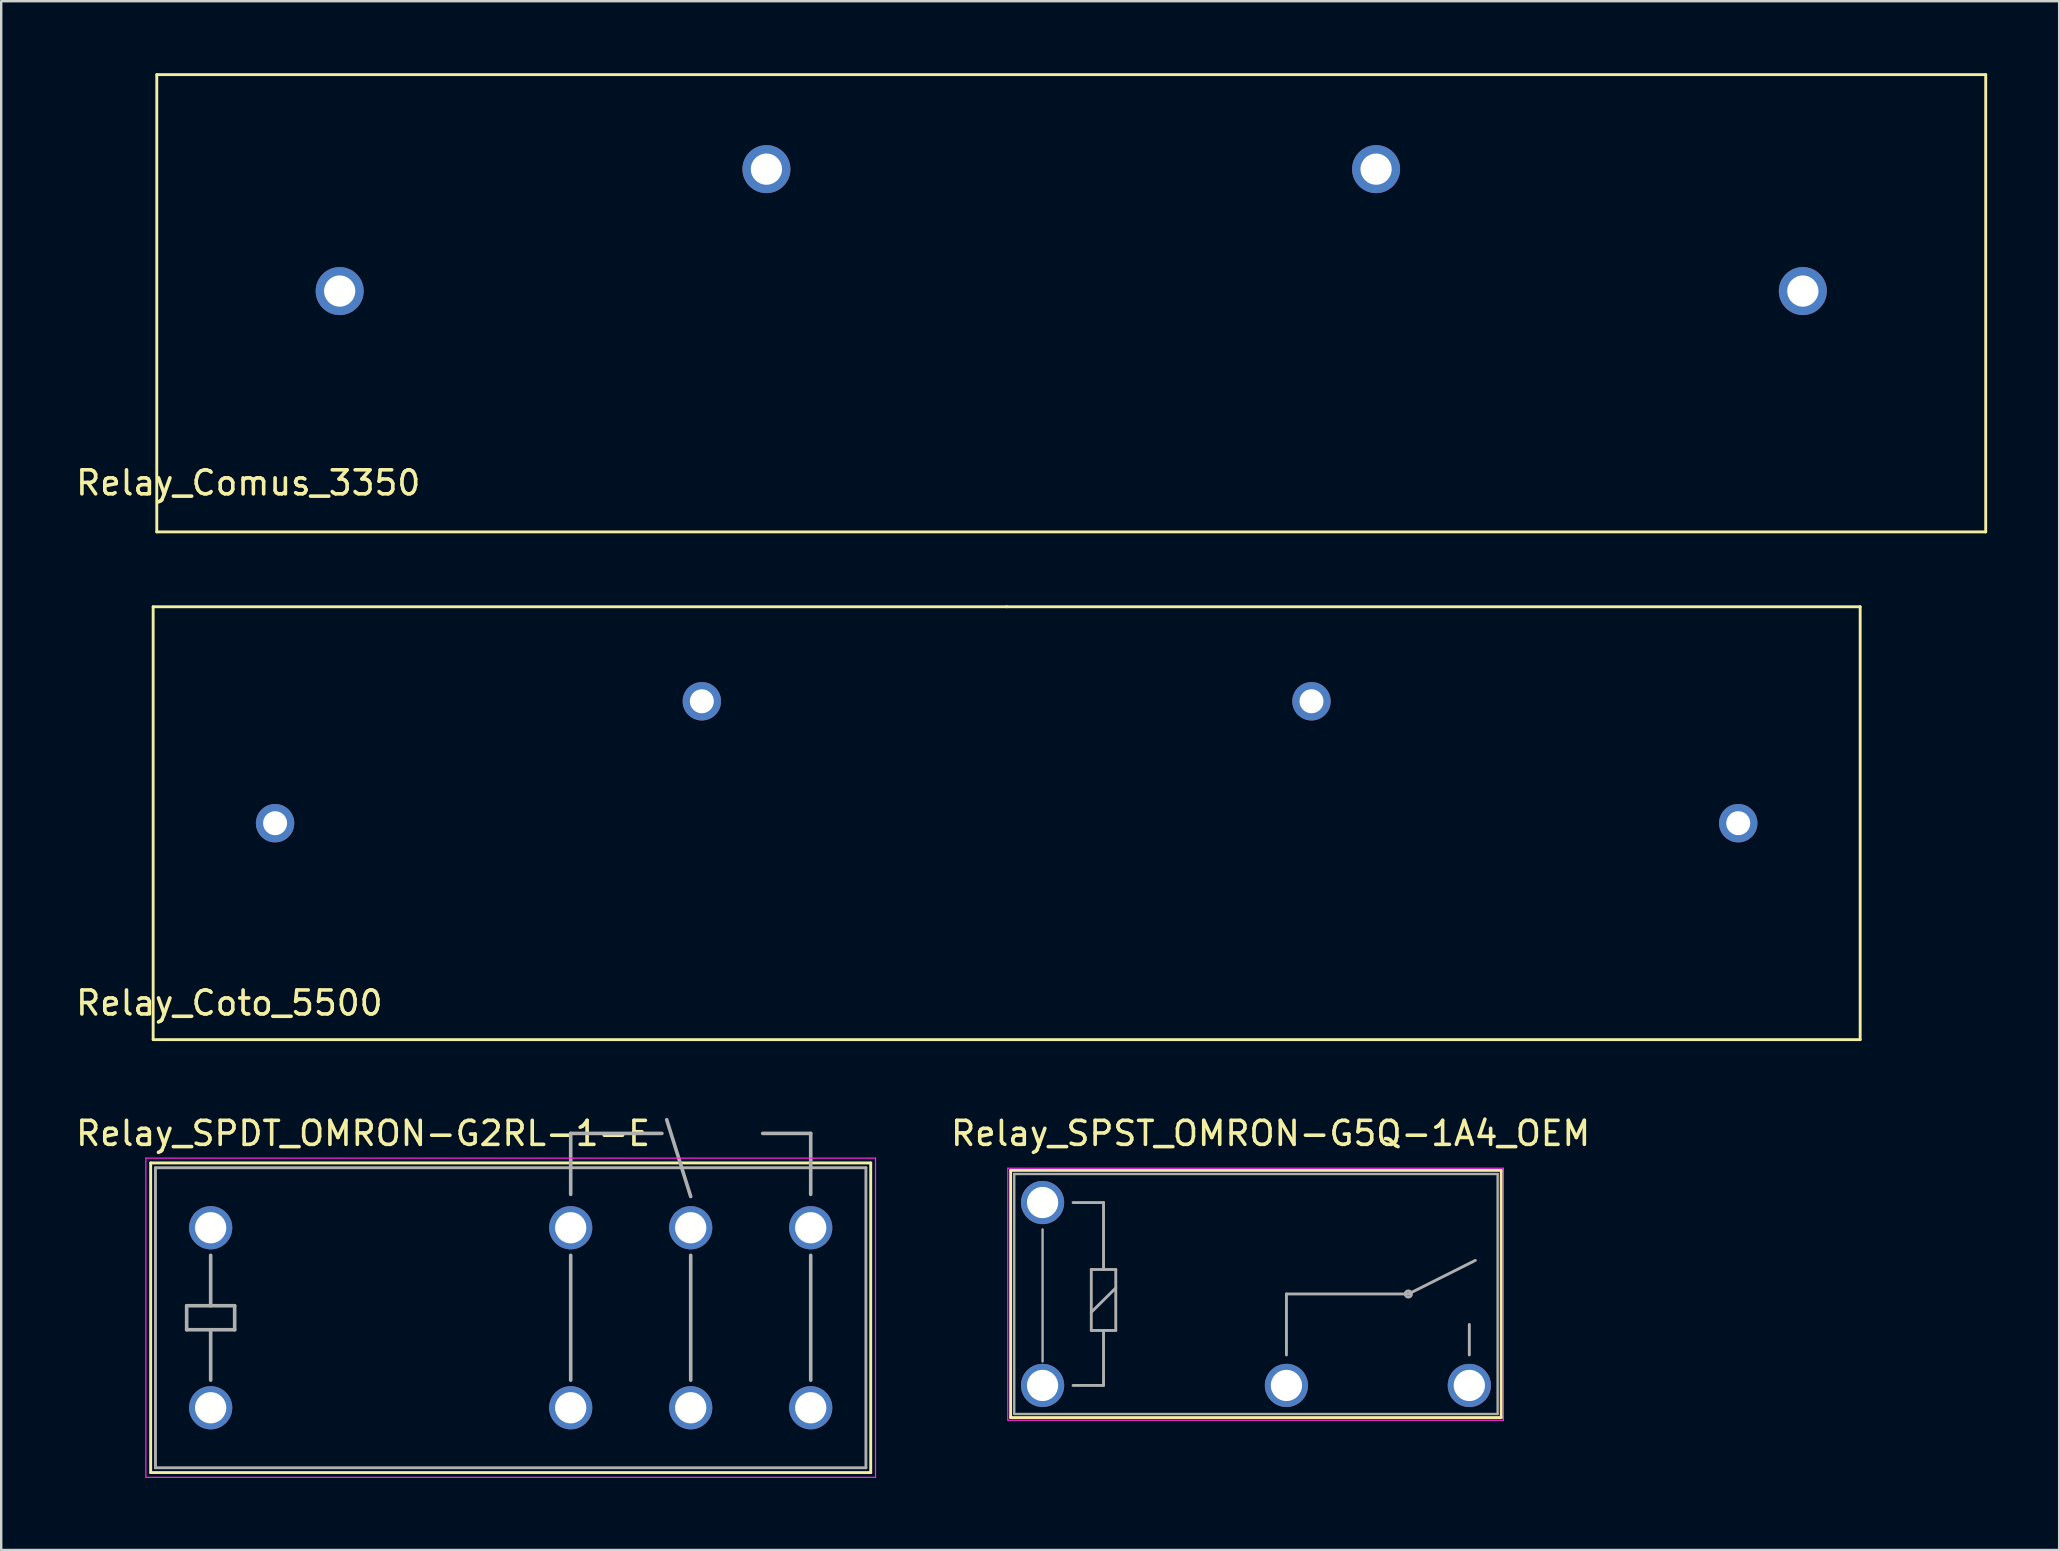
<source format=kicad_pcb>
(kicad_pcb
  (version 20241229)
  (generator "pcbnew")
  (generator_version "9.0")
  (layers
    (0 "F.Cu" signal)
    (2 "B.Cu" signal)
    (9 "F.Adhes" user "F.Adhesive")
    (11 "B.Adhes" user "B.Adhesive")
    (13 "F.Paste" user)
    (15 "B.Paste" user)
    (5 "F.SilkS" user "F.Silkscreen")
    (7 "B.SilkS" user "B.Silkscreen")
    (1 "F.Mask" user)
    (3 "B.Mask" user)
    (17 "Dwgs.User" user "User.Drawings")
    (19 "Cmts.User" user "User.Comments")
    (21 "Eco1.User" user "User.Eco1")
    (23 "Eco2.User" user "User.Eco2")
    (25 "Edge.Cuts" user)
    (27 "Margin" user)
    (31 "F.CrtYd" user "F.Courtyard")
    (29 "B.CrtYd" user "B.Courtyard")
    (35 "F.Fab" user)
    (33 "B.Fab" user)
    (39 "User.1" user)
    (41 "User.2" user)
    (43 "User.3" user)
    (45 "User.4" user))
  (footprint "Relay_SPDT_OMRON-G2RL-1-E"
    (layer "F.Cu")
    (at 5.727 55.602)
    (property "Reference" "Relay_SPDT_OMRON-G2RL-1-E" (at 6.35 -11.43 0) (layer "F.SilkS") (effects (font (size 1 1) (thickness 0.15))))
    (attr through_hole)
    (fp_line (start -2.5 -10.2) (end -2.5 2.7) (stroke (width 0.12) (type solid)) (layer "F.SilkS"))
    (fp_line (start -2.5 -10.2) (end 27.5 -10.2) (stroke (width 0.12) (type solid)) (layer "F.SilkS"))
    (fp_line (start -2.5 2.7) (end 27.5 2.7) (stroke (width 0.12) (type solid)) (layer "F.SilkS"))
    (fp_line (start 27.5 -10.2) (end 27.5 2.7) (stroke (width 0.12) (type solid)) (layer "F.SilkS"))
    (fp_line (start -2.7 -10.4) (end -2.7 2.9) (stroke (width 0.05) (type solid)) (layer "F.CrtYd"))
    (fp_line (start -2.7 -10.4) (end 27.7 -10.4) (stroke (width 0.05) (type solid)) (layer "F.CrtYd"))
    (fp_line (start -2.7 2.9) (end 27.7 2.9) (stroke (width 0.05) (type solid)) (layer "F.CrtYd"))
    (fp_line (start 27.7 -10.4) (end 27.7 2.9) (stroke (width 0.05) (type solid)) (layer "F.CrtYd"))
    (fp_line (start -2.3 -10) (end -2.3 2.5) (stroke (width 0.12) (type solid)) (layer "F.Fab"))
    (fp_line (start -2.3 -10) (end 27.3 -10) (stroke (width 0.12) (type solid)) (layer "F.Fab"))
    (fp_line (start -2.3 2.5) (end 27.3 2.5) (stroke (width 0.12) (type solid)) (layer "F.Fab"))
    (fp_line (start -1 -4.25) (end -1 -3.25) (stroke (width 0.15) (type solid)) (layer "F.Fab"))
    (fp_line (start -1 -4.25) (end 1 -4.25) (stroke (width 0.15) (type solid)) (layer "F.Fab"))
    (fp_line (start -1 -3.25) (end 1 -3.25) (stroke (width 0.15) (type solid)) (layer "F.Fab"))
    (fp_line (start 0 -6.35) (end 0 -4.25) (stroke (width 0.15) (type solid)) (layer "F.Fab"))
    (fp_line (start 0 -3.25) (end 0 -1.15) (stroke (width 0.15) (type solid)) (layer "F.Fab"))
    (fp_line (start 1 -4.25) (end 1 -3.25) (stroke (width 0.15) (type solid)) (layer "F.Fab"))
    (fp_line (start 15 -11.43) (end 18.8 -11.43) (stroke (width 0.15) (type solid)) (layer "F.Fab"))
    (fp_line (start 15 -8.89) (end 15 -11.43) (stroke (width 0.15) (type solid)) (layer "F.Fab"))
    (fp_line (start 15 -6.35) (end 15 -1.15) (stroke (width 0.15) (type solid)) (layer "F.Fab"))
    (fp_line (start 20 -8.8) (end 19 -12) (stroke (width 0.15) (type solid)) (layer "F.Fab"))
    (fp_line (start 20 -6.35) (end 20 -1.15) (stroke (width 0.15) (type solid)) (layer "F.Fab"))
    (fp_line (start 23 -11.43) (end 25 -11.43) (stroke (width 0.15) (type solid)) (layer "F.Fab"))
    (fp_line (start 25 -8.89) (end 25 -11.43) (stroke (width 0.15) (type solid)) (layer "F.Fab"))
    (fp_line (start 25 -6.35) (end 25 -1.15) (stroke (width 0.15) (type solid)) (layer "F.Fab"))
    (fp_line (start 27.3 2.5) (end 27.3 -10) (stroke (width 0.12) (type solid)) (layer "F.Fab"))
    (pad "1" thru_hole circle (at 0 -7.5) (size 1.8 1.8) (drill 1.3) (layers "*.Cu" "*.Mask"))
    (pad "2" thru_hole circle (at 15 -7.5) (size 1.8 1.8) (drill 1.3) (layers "*.Cu" "*.Mask"))
    (pad "3" thru_hole circle (at 20 -7.5) (size 1.8 1.8) (drill 1.3) (layers "*.Cu" "*.Mask"))
    (pad "4" thru_hole circle (at 25 -7.5) (size 1.8 1.8) (drill 1.3) (layers "*.Cu" "*.Mask"))
    (pad "5" thru_hole circle (at 25 0) (size 1.8 1.8) (drill 1.3) (layers "*.Cu" "*.Mask"))
    (pad "6" thru_hole circle (at 20 0) (size 1.8 1.8) (drill 1.3) (layers "*.Cu" "*.Mask"))
    (pad "7" thru_hole circle (at 15 0) (size 1.8 1.8) (drill 1.3) (layers "*.Cu" "*.Mask"))
    (pad "8" thru_hole circle (at 0 0) (size 1.8 1.8) (drill 1.3) (layers "*.Cu" "*.Mask")))
  (footprint "Relay_Coto_5500"
    (layer "F.Cu")
    (at 4.601 38.74)
    (property "Reference" "Relay_Coto_5500" (at 1.905 0 0) (layer "F.SilkS") (effects (font (size 1 1) (thickness 0.15))))
    (attr through_hole)
    (fp_line (start -1.27 -16.51) (end -1.27 1.524) (stroke (width 0.12) (type solid)) (layer "F.SilkS"))
    (fp_line (start -1.27 1.524) (end 69.85 1.524) (stroke (width 0.12) (type solid)) (layer "F.SilkS"))
    (fp_line (start 34.29 -16.51) (end -1.27 -16.51) (stroke (width 0.12) (type solid)) (layer "F.SilkS"))
    (fp_line (start 69.85 -16.51) (end 34.29 -16.51) (stroke (width 0.12) (type solid)) (layer "F.SilkS"))
    (fp_line (start 69.85 1.524) (end 69.85 -16.51) (stroke (width 0.12) (type solid)) (layer "F.SilkS"))
    (pad "1" thru_hole circle (at 64.77 -7.493) (size 1.6 1.6) (drill 1) (layers "*.Cu" "*.Mask"))
    (pad "2" thru_hole circle (at 46.99 -12.573) (size 1.6 1.6) (drill 1) (layers "*.Cu" "*.Mask"))
    (pad "3" thru_hole circle (at 21.59 -12.573) (size 1.6 1.6) (drill 1) (layers "*.Cu" "*.Mask"))
    (pad "4" thru_hole circle (at 3.81 -7.493) (size 1.6 1.6) (drill 1) (layers "*.Cu" "*.Mask")))
  (footprint "Relay_SPST_OMRON-G5Q-1A4_OEM"
    (layer "F.Cu")
    (at 40.387 54.672)
    (property "Reference" "Relay_SPST_OMRON-G5Q-1A4_OEM" (at 9.5 -10.5 180) (layer "F.SilkS") (effects (font (size 1 1) (thickness 0.15))))
    (attr through_hole)
    (fp_line (start -1.33 -8.96) (end 19.11 -8.96) (stroke (width 0.12) (type solid)) (layer "F.SilkS"))
    (fp_line (start -1.33 1.34) (end -1.33 -8.96) (stroke (width 0.12) (type solid)) (layer "F.SilkS"))
    (fp_line (start -1.33 1.34) (end 19.11 1.34) (stroke (width 0.12) (type solid)) (layer "F.SilkS"))
    (fp_line (start 19.11 1.34) (end 19.11 -8.96) (stroke (width 0.12) (type solid)) (layer "F.SilkS"))
    (fp_line (start -1.45 -9.05) (end 19.2 -9.05) (stroke (width 0.05) (type solid)) (layer "F.CrtYd"))
    (fp_line (start -1.45 1.45) (end -1.45 -9.05) (stroke (width 0.05) (type solid)) (layer "F.CrtYd"))
    (fp_line (start 19.2 -9.05) (end 19.2 1.45) (stroke (width 0.05) (type solid)) (layer "F.CrtYd"))
    (fp_line (start 19.2 1.45) (end -1.45 1.45) (stroke (width 0.05) (type solid)) (layer "F.CrtYd"))
    (fp_line (start -1.18 -8.81) (end 18.96 -8.81) (stroke (width 0.1) (type solid)) (layer "F.Fab"))
    (fp_line (start -1.18 1.19) (end -1.18 -8.81) (stroke (width 0.1) (type solid)) (layer "F.Fab"))
    (fp_line (start 0 -1) (end 0 -6.5) (stroke (width 0.1) (type solid)) (layer "F.Fab"))
    (fp_line (start 1.27 0) (end 2.54 0) (stroke (width 0.12) (type solid)) (layer "F.Fab"))
    (fp_line (start 2.03 -4.83) (end 2.54 -4.83) (stroke (width 0.12) (type solid)) (layer "F.Fab"))
    (fp_line (start 2.03 -3.05) (end 3.05 -4.06) (stroke (width 0.12) (type solid)) (layer "F.Fab"))
    (fp_line (start 2.03 -2.29) (end 2.03 -4.83) (stroke (width 0.12) (type solid)) (layer "F.Fab"))
    (fp_line (start 2.54 -7.62) (end 1.27 -7.62) (stroke (width 0.12) (type solid)) (layer "F.Fab"))
    (fp_line (start 2.54 -4.83) (end 2.54 -7.62) (stroke (width 0.12) (type solid)) (layer "F.Fab"))
    (fp_line (start 2.54 -4.83) (end 3.05 -4.83) (stroke (width 0.12) (type solid)) (layer "F.Fab"))
    (fp_line (start 2.54 -2.29) (end 2.03 -2.29) (stroke (width 0.12) (type solid)) (layer "F.Fab"))
    (fp_line (start 2.54 0) (end 2.54 -2.29) (stroke (width 0.12) (type solid)) (layer "F.Fab"))
    (fp_line (start 3.05 -4.83) (end 3.05 -2.29) (stroke (width 0.12) (type solid)) (layer "F.Fab"))
    (fp_line (start 3.05 -2.29) (end 2.54 -2.29) (stroke (width 0.12) (type solid)) (layer "F.Fab"))
    (fp_line (start 10.16 -3.81) (end 15.24 -3.81) (stroke (width 0.12) (type solid)) (layer "F.Fab"))
    (fp_line (start 10.16 -1.27) (end 10.16 -3.81) (stroke (width 0.12) (type solid)) (layer "F.Fab"))
    (fp_line (start 15.24 -3.81) (end 18.03 -5.21) (stroke (width 0.12) (type solid)) (layer "F.Fab"))
    (fp_line (start 17.78 -1.27) (end 17.78 -2.54) (stroke (width 0.12) (type solid)) (layer "F.Fab"))
    (fp_line (start 18.96 -8.81) (end 18.96 1.19) (stroke (width 0.1) (type solid)) (layer "F.Fab"))
    (fp_line (start 18.96 1.19) (end -1.18 1.19) (stroke (width 0.1) (type solid)) (layer "F.Fab"))
    (fp_circle (center 15.24 -3.81) (end 15.24 -3.68) (stroke (width 0.12) (type solid)) (fill no) (layer "F.Fab"))
    (pad "1" thru_hole circle (at 0 0 180) (size 1.8 1.8) (drill 1.3) (layers "*.Cu" "*.Mask"))
    (pad "2" thru_hole circle (at 10.16 0 180) (size 1.8 1.8) (drill 1.3) (layers "*.Cu" "*.Mask"))
    (pad "3" thru_hole circle (at 17.78 0 180) (size 1.8 1.8) (drill 1.3) (layers "*.Cu" "*.Mask"))
    (pad "5" thru_hole circle (at 0 -7.62 180) (size 1.8 1.8) (drill 1.3) (layers "*.Cu" "*.Mask")))
  (footprint "Relay_Comus_3350"
    (layer "F.Cu")
    (at 7.292 16.57)
    (property "Reference" "Relay_Comus_3350" (at 0 0.5 0) (layer "F.SilkS") (effects (font (size 1 1) (thickness 0.15))))
    (attr through_hole)
    (fp_line (start -3.81 -16.51) (end -3.81 2.54) (stroke (width 0.12) (type solid)) (layer "F.SilkS"))
    (fp_line (start -3.81 2.54) (end 72.39 2.54) (stroke (width 0.12) (type solid)) (layer "F.SilkS"))
    (fp_line (start 72.39 -16.51) (end -3.81 -16.51) (stroke (width 0.12) (type solid)) (layer "F.SilkS"))
    (fp_line (start 72.39 2.54) (end 72.39 -16.51) (stroke (width 0.12) (type solid)) (layer "F.SilkS"))
    (pad "1" thru_hole circle (at 64.77 -7.493) (size 2 2) (drill 1.3) (layers "*.Cu" "*.Mask"))
    (pad "2" thru_hole circle (at 46.99 -12.573) (size 2 2) (drill 1.3) (layers "*.Cu" "*.Mask"))
    (pad "3" thru_hole circle (at 21.59 -12.573) (size 2 2) (drill 1.3) (layers "*.Cu" "*.Mask"))
    (pad "4" thru_hole circle (at 3.81 -7.493) (size 2 2) (drill 1.3) (layers "*.Cu" "*.Mask")))
  (gr_rect
    (start -3 -3)
    (end 82.742 61.527)
    (stroke (width 0.1) (type default))
    (fill no)
    (layer "Edge.Cuts")))
</source>
